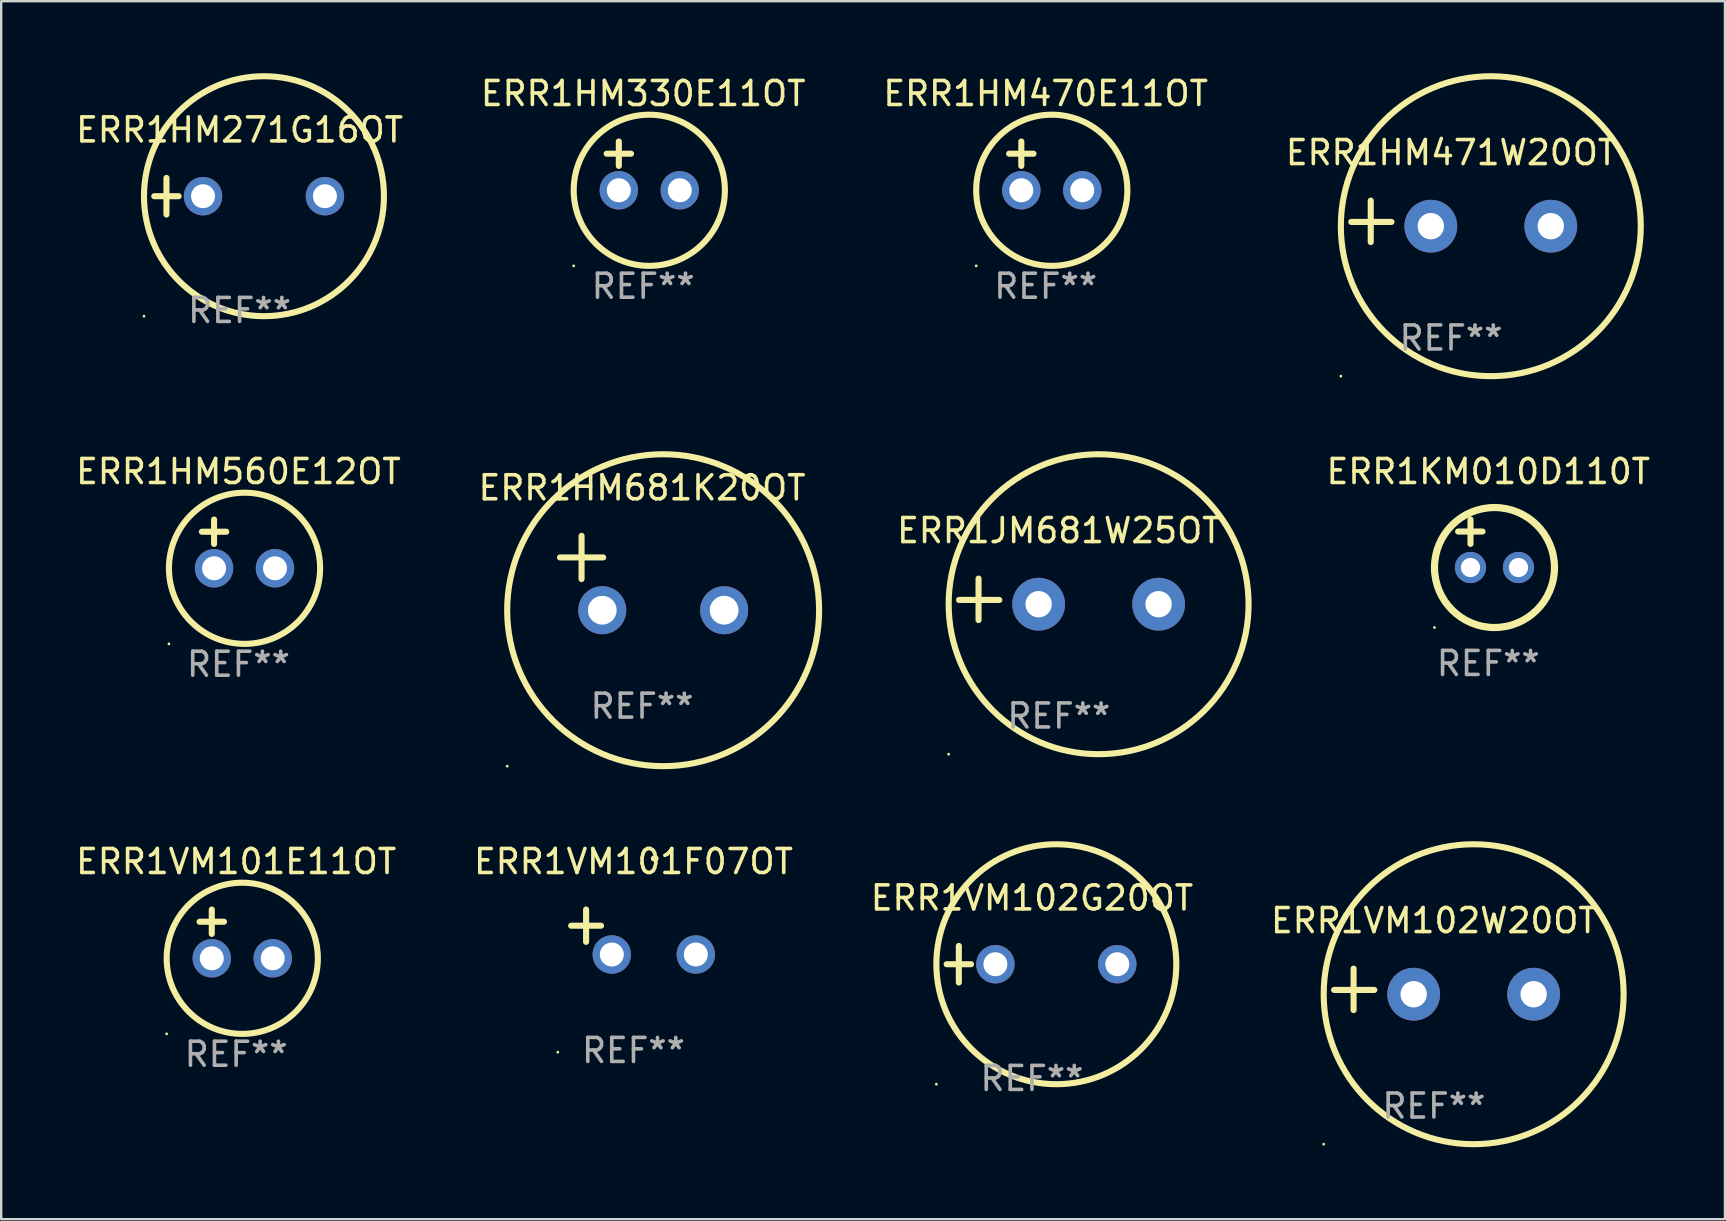
<source format=kicad_pcb>
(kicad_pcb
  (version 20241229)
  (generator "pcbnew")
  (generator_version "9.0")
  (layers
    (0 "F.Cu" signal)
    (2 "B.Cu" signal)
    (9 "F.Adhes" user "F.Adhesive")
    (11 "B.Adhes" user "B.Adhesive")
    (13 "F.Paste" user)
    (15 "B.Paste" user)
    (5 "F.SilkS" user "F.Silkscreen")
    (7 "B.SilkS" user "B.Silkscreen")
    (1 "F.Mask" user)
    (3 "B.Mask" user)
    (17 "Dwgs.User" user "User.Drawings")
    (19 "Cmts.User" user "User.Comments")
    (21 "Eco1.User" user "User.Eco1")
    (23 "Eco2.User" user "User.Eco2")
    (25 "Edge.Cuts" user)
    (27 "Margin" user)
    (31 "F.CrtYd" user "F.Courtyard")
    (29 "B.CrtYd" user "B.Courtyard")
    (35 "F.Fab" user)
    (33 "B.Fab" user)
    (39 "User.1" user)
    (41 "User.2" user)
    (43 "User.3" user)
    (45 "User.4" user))
  (footprint "ERR1HM330E11OT"
    (layer "F.Cu")
    (at 23.756 3.864)
    (property "Reference" "ERR1HM330E11OT" (at 0 -3.016 0) (layer "F.SilkS") (effects (font (size 1 1) (thickness 0.15))))
    (attr through_hole)
    (fp_line (start -1.524 -0.508) (end -0.508 -0.508) (stroke (width 0.254) (type solid)) (layer "F.SilkS"))
    (fp_line (start -1.016 -1.016) (end -1.016 0) (stroke (width 0.254) (type solid)) (layer "F.SilkS"))
    (fp_circle (center -2.896 4.166) (end -2.866 4.166) (stroke (width 0.06) (type solid)) (fill no) (layer "F.SilkS"))
    (fp_circle (center 0.254 1.016) (end 3.404 1.016) (stroke (width 0.254) (type solid)) (fill no) (layer "F.SilkS"))
    (fp_text user "REF**" (at 0 5.016 0) (layer "F.Fab") (effects (font (size 1 1) (thickness 0.15))))
    (pad "1" thru_hole circle (at -1.016 1.016) (size 1.6 1.6) (drill 1) (layers "*.Cu" "*.Mask"))
    (pad "2" thru_hole circle (at 1.524 1.016) (size 1.6 1.6) (drill 1) (layers "*.Cu" "*.Mask")))
  (footprint "ERR1HM271G16OT"
    (layer "F.Cu")
    (at 6.935 5.127)
    (property "Reference" "ERR1HM271G16OT" (at 0 -2.762 0) (layer "F.SilkS") (effects (font (size 1 1) (thickness 0.15))))
    (attr through_hole)
    (fp_line (start -3.556 0) (end -2.54 0) (stroke (width 0.254) (type solid)) (layer "F.SilkS"))
    (fp_line (start -3.048 -0.762) (end -3.048 0.762) (stroke (width 0.254) (type solid)) (layer "F.SilkS"))
    (fp_circle (center -3.984 5) (end -3.954 5) (stroke (width 0.06) (type solid)) (fill no) (layer "F.SilkS"))
    (fp_circle (center 1.016 0) (end 6.016 0) (stroke (width 0.254) (type solid)) (fill no) (layer "F.SilkS"))
    (fp_text user "REF**" (at 0 4.762 0) (layer "F.Fab") (effects (font (size 1 1) (thickness 0.15))))
    (pad "1" thru_hole circle (at -1.524 0) (size 1.6 1.6) (drill 1) (layers "*.Cu" "*.Mask"))
    (pad "2" thru_hole circle (at 3.556 0) (size 1.6 1.6) (drill 1) (layers "*.Cu" "*.Mask")))
  (footprint "ERR1VM101E11OT"
    (layer "F.Cu")
    (at 6.792 35.872)
    (property "Reference" "ERR1VM101E11OT" (at 0 -3.016 0) (layer "F.SilkS") (effects (font (size 1 1) (thickness 0.15))))
    (attr through_hole)
    (fp_line (start -1.524 -0.508) (end -0.508 -0.508) (stroke (width 0.254) (type solid)) (layer "F.SilkS"))
    (fp_line (start -1.016 -1.016) (end -1.016 0) (stroke (width 0.254) (type solid)) (layer "F.SilkS"))
    (fp_circle (center -2.896 4.166) (end -2.866 4.166) (stroke (width 0.06) (type solid)) (fill no) (layer "F.SilkS"))
    (fp_circle (center 0.254 1.016) (end 3.404 1.016) (stroke (width 0.254) (type solid)) (fill no) (layer "F.SilkS"))
    (fp_text user "REF**" (at 0 5.016 0) (layer "F.Fab") (effects (font (size 1 1) (thickness 0.15))))
    (pad "1" thru_hole circle (at -1.016 1.016) (size 1.6 1.6) (drill 1) (layers "*.Cu" "*.Mask"))
    (pad "2" thru_hole circle (at 1.524 1.016) (size 1.6 1.6) (drill 1) (layers "*.Cu" "*.Mask")))
  (footprint "ERR1VM102W20OT"
    (layer "F.Cu")
    (at 56.708 38.182)
    (property "Reference" "ERR1VM102W20OT" (at 0 -2.864 0) (layer "F.SilkS") (effects (font (size 1 1) (thickness 0.15))))
    (attr through_hole)
    (fp_line (start -3.346 0.864) (end -3.346 -0.864) (stroke (width 0.254) (type solid)) (layer "F.SilkS"))
    (fp_line (start -2.482 0.025) (end -4.158 0.025) (stroke (width 0.254) (type solid)) (layer "F.SilkS"))
    (fp_circle (center -4.592 6.453) (end -4.562 6.453) (stroke (width 0.06) (type solid)) (fill no) (layer "F.SilkS"))
    (fp_circle (center 1.658 0.203) (end 7.908 0.203) (stroke (width 0.254) (type solid)) (fill no) (layer "F.SilkS"))
    (fp_text user "REF**" (at 0 4.864 0) (layer "F.Fab") (effects (font (size 1 1) (thickness 0.15))))
    (pad "1" thru_hole circle (at -0.842 0.203) (size 2.2 2.2) (drill 1.1) (layers "*.Cu" "*.Mask"))
    (pad "2" thru_hole circle (at 4.158 0.203) (size 2.2 2.2) (drill 1.1) (layers "*.Cu" "*.Mask")))
  (footprint "ERR1HM471W20OT"
    (layer "F.Cu")
    (at 57.423 6.174)
    (property "Reference" "ERR1HM471W20OT" (at 0 -2.864 0) (layer "F.SilkS") (effects (font (size 1 1) (thickness 0.15))))
    (attr through_hole)
    (fp_line (start -3.346 0.864) (end -3.346 -0.864) (stroke (width 0.254) (type solid)) (layer "F.SilkS"))
    (fp_line (start -2.482 0.025) (end -4.158 0.025) (stroke (width 0.254) (type solid)) (layer "F.SilkS"))
    (fp_circle (center -4.592 6.453) (end -4.562 6.453) (stroke (width 0.06) (type solid)) (fill no) (layer "F.SilkS"))
    (fp_circle (center 1.658 0.203) (end 7.908 0.203) (stroke (width 0.254) (type solid)) (fill no) (layer "F.SilkS"))
    (fp_text user "REF**" (at 0 4.864 0) (layer "F.Fab") (effects (font (size 1 1) (thickness 0.15))))
    (pad "1" thru_hole circle (at -0.842 0.203) (size 2.2 2.2) (drill 1.1) (layers "*.Cu" "*.Mask"))
    (pad "2" thru_hole circle (at 4.158 0.203) (size 2.2 2.2) (drill 1.1) (layers "*.Cu" "*.Mask")))
  (footprint "ERR1VM101F07OT"
    (layer "F.Cu")
    (at 23.351 35.793)
    (property "Reference" "ERR1VM101F07OT" (at 0 -2.937 0) (layer "F.SilkS") (effects (font (size 1 1) (thickness 0.15))))
    (attr through_hole)
    (fp_line (start -1.975 0.41) (end -1.975 -0.937) (stroke (width 0.254) (type solid)) (layer "F.SilkS"))
    (fp_line (start -1.353 -0.263) (end -2.597 -0.263) (stroke (width 0.254) (type solid)) (layer "F.SilkS"))
    (fp_arc (start 0.849809 -3.063957) (mid 0.885369 -3.064114) (end 0.920929 -3.063957) (stroke (width 0.254001) (type solid)) (layer "F.SilkS"))
    (fp_circle (center -3.154 5.008) (end -3.124 5.008) (stroke (width 0.06) (type solid)) (fill no) (layer "F.SilkS"))
    (fp_text user "REF**" (at 0 4.937 0) (layer "F.Fab") (effects (font (size 1 1) (thickness 0.15))))
    (pad "1" thru_hole circle (at -0.903 0.937) (size 1.6 1.6) (drill 1) (layers "*.Cu" "*.Mask"))
    (pad "2" thru_hole circle (at 2.597 0.937) (size 1.6 1.6) (drill 1) (layers "*.Cu" "*.Mask")))
  (footprint "ERR1KM010D110T"
    (layer "F.Cu")
    (at 58.976 19.602)
    (property "Reference" "ERR1KM010D110T" (at 0 -3 0) (layer "F.SilkS") (effects (font (size 1 1) (thickness 0.15))))
    (attr through_hole)
    (fp_line (start -1.258 -0.5) (end -0.242 -0.5) (stroke (width 0.254) (type solid)) (layer "F.SilkS"))
    (fp_line (start -0.742 -1) (end -0.742 0.016) (stroke (width 0.254) (type solid)) (layer "F.SilkS"))
    (fp_circle (center -2.242 3.5) (end -2.212 3.5) (stroke (width 0.06) (type solid)) (fill no) (layer "F.SilkS"))
    (fp_circle (center 0.258 1) (end 2.758 1) (stroke (width 0.3) (type solid)) (fill no) (layer "F.SilkS"))
    (fp_text user "REF**" (at 0 5 0) (layer "F.Fab") (effects (font (size 1 1) (thickness 0.15))))
    (pad "1" thru_hole circle (at -0.742 1) (size 1.3 1.3) (drill 0.8) (layers "*.Cu" "*.Mask"))
    (pad "2" thru_hole circle (at 1.258 1) (size 1.3 1.3) (drill 0.8) (layers "*.Cu" "*.Mask")))
  (footprint "ERR1VM102G20OT"
    (layer "F.Cu")
    (at 39.958 37.135)
    (property "Reference" "ERR1VM102G20OT" (at 0 -2.762 0) (layer "F.SilkS") (effects (font (size 1 1) (thickness 0.15))))
    (attr through_hole)
    (fp_line (start -3.556 0) (end -2.54 0) (stroke (width 0.254) (type solid)) (layer "F.SilkS"))
    (fp_line (start -3.048 -0.762) (end -3.048 0.762) (stroke (width 0.254) (type solid)) (layer "F.SilkS"))
    (fp_circle (center -3.984 5) (end -3.954 5) (stroke (width 0.06) (type solid)) (fill no) (layer "F.SilkS"))
    (fp_circle (center 1.016 0) (end 6.016 0) (stroke (width 0.254) (type solid)) (fill no) (layer "F.SilkS"))
    (fp_text user "REF**" (at 0 4.762 0) (layer "F.Fab") (effects (font (size 1 1) (thickness 0.15))))
    (pad "1" thru_hole circle (at -1.524 0) (size 1.6 1.6) (drill 1) (layers "*.Cu" "*.Mask"))
    (pad "2" thru_hole circle (at 3.556 0) (size 1.6 1.6) (drill 1) (layers "*.Cu" "*.Mask")))
  (footprint "ERR1JM681W25OT"
    (layer "F.Cu")
    (at 41.078 21.928)
    (property "Reference" "ERR1JM681W25OT" (at 0 -2.864 0) (layer "F.SilkS") (effects (font (size 1 1) (thickness 0.15))))
    (attr through_hole)
    (fp_line (start -3.346 0.864) (end -3.346 -0.864) (stroke (width 0.254) (type solid)) (layer "F.SilkS"))
    (fp_line (start -2.482 0.025) (end -4.158 0.025) (stroke (width 0.254) (type solid)) (layer "F.SilkS"))
    (fp_circle (center -4.592 6.453) (end -4.562 6.453) (stroke (width 0.06) (type solid)) (fill no) (layer "F.SilkS"))
    (fp_circle (center 1.658 0.203) (end 7.908 0.203) (stroke (width 0.254) (type solid)) (fill no) (layer "F.SilkS"))
    (fp_text user "REF**" (at 0 4.864 0) (layer "F.Fab") (effects (font (size 1 1) (thickness 0.15))))
    (pad "1" thru_hole circle (at -0.842 0.203) (size 2.2 2.2) (drill 1.1) (layers "*.Cu" "*.Mask"))
    (pad "2" thru_hole circle (at 4.158 0.203) (size 2.2 2.2) (drill 1.1) (layers "*.Cu" "*.Mask")))
  (footprint "ERR1HM470E11OT"
    (layer "F.Cu")
    (at 40.53 3.864)
    (property "Reference" "ERR1HM470E11OT" (at 0 -3.016 0) (layer "F.SilkS") (effects (font (size 1 1) (thickness 0.15))))
    (attr through_hole)
    (fp_line (start -1.524 -0.508) (end -0.508 -0.508) (stroke (width 0.254) (type solid)) (layer "F.SilkS"))
    (fp_line (start -1.016 -1.016) (end -1.016 0) (stroke (width 0.254) (type solid)) (layer "F.SilkS"))
    (fp_circle (center -2.896 4.166) (end -2.866 4.166) (stroke (width 0.06) (type solid)) (fill no) (layer "F.SilkS"))
    (fp_circle (center 0.254 1.016) (end 3.404 1.016) (stroke (width 0.254) (type solid)) (fill no) (layer "F.SilkS"))
    (fp_text user "REF**" (at 0 5.016 0) (layer "F.Fab") (effects (font (size 1 1) (thickness 0.15))))
    (pad "1" thru_hole circle (at -1.016 1.016) (size 1.6 1.6) (drill 1) (layers "*.Cu" "*.Mask"))
    (pad "2" thru_hole circle (at 1.524 1.016) (size 1.6 1.6) (drill 1) (layers "*.Cu" "*.Mask")))
  (footprint "ERR1HM560E12OT"
    (layer "F.Cu")
    (at 6.887 19.618)
    (property "Reference" "ERR1HM560E12OT" (at 0 -3.016 0) (layer "F.SilkS") (effects (font (size 1 1) (thickness 0.15))))
    (attr through_hole)
    (fp_line (start -1.524 -0.508) (end -0.508 -0.508) (stroke (width 0.254) (type solid)) (layer "F.SilkS"))
    (fp_line (start -1.016 -1.016) (end -1.016 0) (stroke (width 0.254) (type solid)) (layer "F.SilkS"))
    (fp_circle (center -2.896 4.166) (end -2.866 4.166) (stroke (width 0.06) (type solid)) (fill no) (layer "F.SilkS"))
    (fp_circle (center 0.254 1.016) (end 3.404 1.016) (stroke (width 0.254) (type solid)) (fill no) (layer "F.SilkS"))
    (fp_text user "REF**" (at 0 5.016 0) (layer "F.Fab") (effects (font (size 1 1) (thickness 0.15))))
    (pad "1" thru_hole circle (at -1.016 1.016) (size 1.6 1.6) (drill 1) (layers "*.Cu" "*.Mask"))
    (pad "2" thru_hole circle (at 1.524 1.016) (size 1.6 1.6) (drill 1) (layers "*.Cu" "*.Mask")))
  (footprint "ERR1HM681K20OT"
    (layer "F.Cu")
    (at 23.708 20.831)
    (property "Reference" "ERR1HM681K20OT" (at 0 -3.55 0) (layer "F.SilkS") (effects (font (size 1 1) (thickness 0.15))))
    (attr through_hole)
    (fp_line (start -3.421 -0.65) (end -1.621 -0.65) (stroke (width 0.254) (type solid)) (layer "F.SilkS"))
    (fp_line (start -2.521 -1.55) (end -2.521 0.25) (stroke (width 0.254) (type solid)) (layer "F.SilkS"))
    (fp_circle (center -5.619 8.05) (end -5.589 8.05) (stroke (width 0.06) (type solid)) (fill no) (layer "F.SilkS"))
    (fp_circle (center 0.879 1.55) (end 7.379 1.55) (stroke (width 0.254) (type solid)) (fill no) (layer "F.SilkS"))
    (fp_text user "REF**" (at 0 5.55 0) (layer "F.Fab") (effects (font (size 1 1) (thickness 0.15))))
    (pad "1" thru_hole circle (at -1.659 1.55) (size 2 2) (drill 1.2) (layers "*.Cu" "*.Mask"))
    (pad "2" thru_hole circle (at 3.421 1.55) (size 2 2) (drill 1.2) (layers "*.Cu" "*.Mask")))
  (gr_rect
    (start -3 -3)
    (end 68.839 47.762)
    (stroke (width 0.1) (type default))
    (fill no)
    (layer "Edge.Cuts")))
</source>
